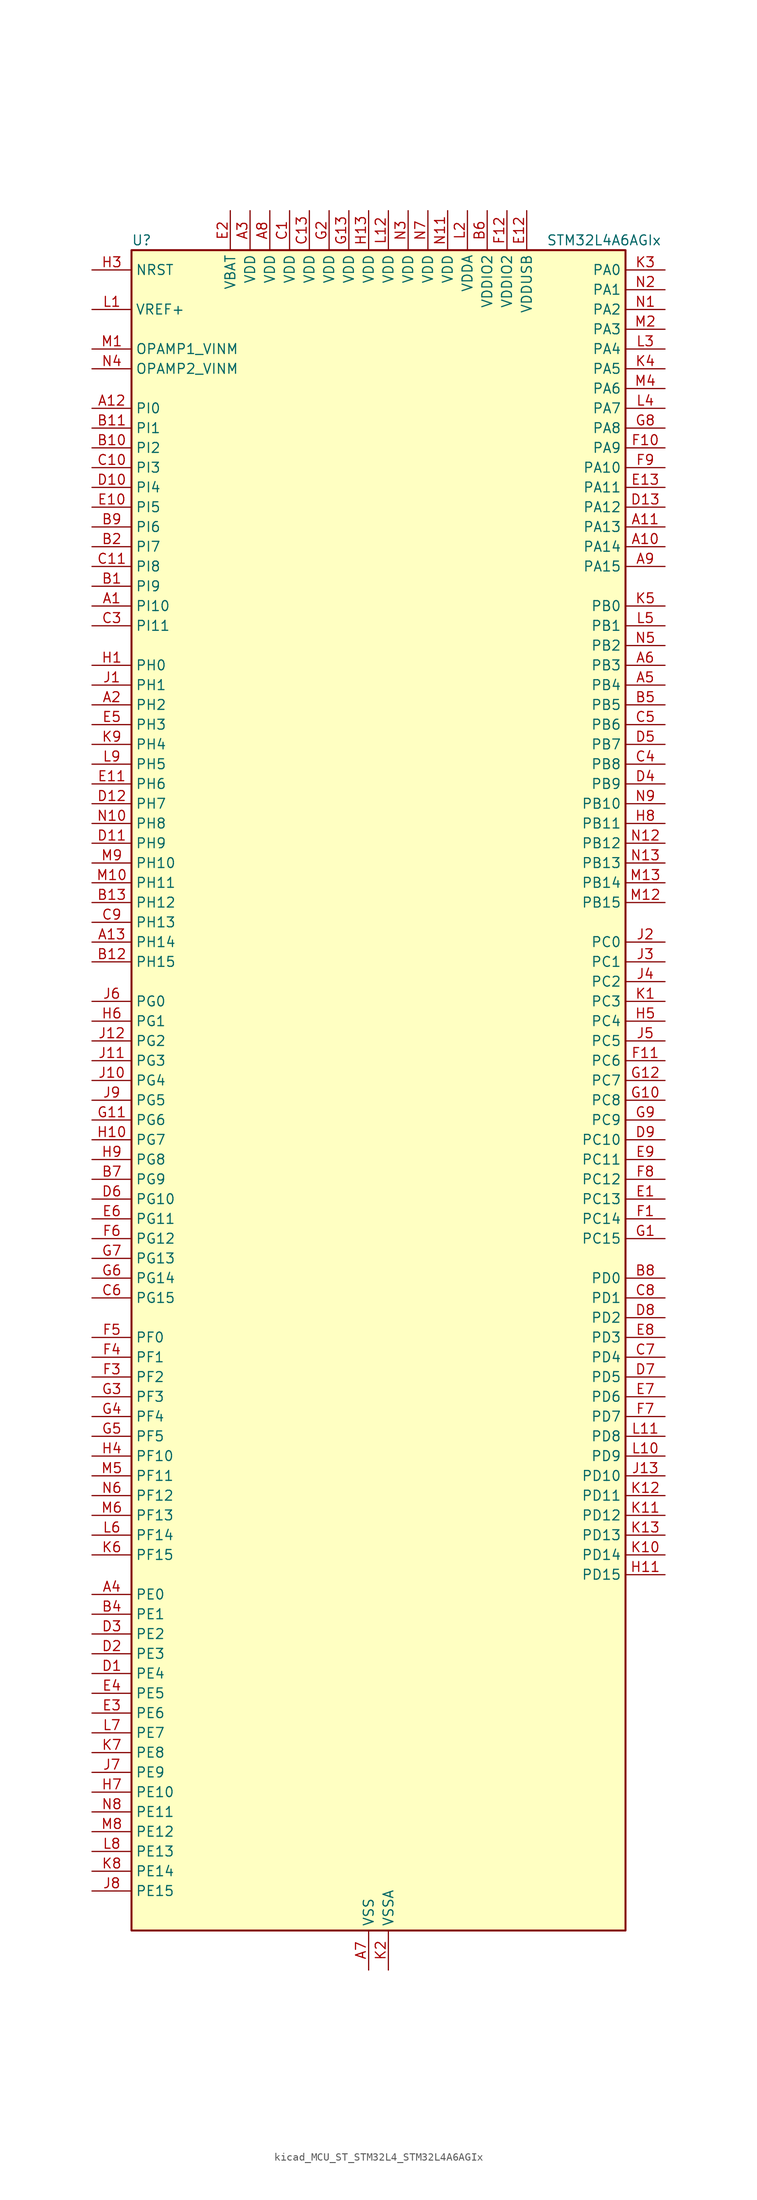
<source format=kicad_sym>
(kicad_symbol_lib
  (version 20220914)
  (generator kicad_symbol_editor)
  (symbol "kicad_MCU_ST_STM32L4_STM32L4A6AGIx"
    (property "Reference" "U"
      (at -30.48 110.49 0)
      (effects (font (size 1.27 1.27)) (justify left)))
    (property "Value" "STM32L4A6AGIx"
      (at 22.86 110.49 0)
      (effects (font (size 1.27 1.27)) (justify left)))
    (property "ki_locked" ""
      (at 0 0 0)
      (effects (font (size 1.27 1.27))))
    (symbol "kicad_MCU_ST_STM32L4_STM32L4A6AGIx_0_1"
      (rectangle (start -30.48 -106.68) (end 33.02 109.22) (stroke (width 0.254) (type default)) (fill (type background))))
    (symbol "kicad_MCU_ST_STM32L4_STM32L4A6AGIx_1_1"
      (pin bidirectional line (at -35.56 63.5 0) (length 5.08) (name "PI10" (effects (font (size 1.27 1.27)))) (number "A1" (effects (font (size 1.27 1.27)))))
      (pin bidirectional line (at 38.1 71.12 180) (length 5.08) (name "PA14" (effects (font (size 1.27 1.27)))) (number "A10" (effects (font (size 1.27 1.27)))) (alternate "I2C1_SMBA" bidirectional line) (alternate "I2C4_SMBA" bidirectional line) (alternate "LPTIM1_OUT" bidirectional line) (alternate "SAI1_FS_B" bidirectional line) (alternate "SWPMI1_RX" bidirectional line) (alternate "SYS_JTCK-SWCLK" bidirectional line) (alternate "USB_OTG_FS_SOF" bidirectional line))
      (pin bidirectional line (at 38.1 73.66 180) (length 5.08) (name "PA13" (effects (font (size 1.27 1.27)))) (number "A11" (effects (font (size 1.27 1.27)))) (alternate "IR_OUT" bidirectional line) (alternate "SAI1_SD_B" bidirectional line) (alternate "SWPMI1_TX" bidirectional line) (alternate "SYS_JTMS-SWDIO" bidirectional line) (alternate "USB_OTG_FS_NOE" bidirectional line))
      (pin bidirectional line (at -35.56 88.9 0) (length 5.08) (name "PI0" (effects (font (size 1.27 1.27)))) (number "A12" (effects (font (size 1.27 1.27)))) (alternate "DCMI_D13" bidirectional line) (alternate "SPI2_NSS" bidirectional line) (alternate "TIM5_CH4" bidirectional line))
      (pin bidirectional line (at -35.56 20.32 0) (length 5.08) (name "PH14" (effects (font (size 1.27 1.27)))) (number "A13" (effects (font (size 1.27 1.27)))) (alternate "DCMI_D4" bidirectional line) (alternate "TIM8_CH2N" bidirectional line))
      (pin bidirectional line (at -35.56 50.8 0) (length 5.08) (name "PH2" (effects (font (size 1.27 1.27)))) (number "A2" (effects (font (size 1.27 1.27)))) (alternate "QUADSPI_BK2_IO0" bidirectional line))
      (pin power_in line (at -15.24 114.3 270) (length 5.08) (name "VDD" (effects (font (size 1.27 1.27)))) (number "A3" (effects (font (size 1.27 1.27)))))
      (pin bidirectional line (at -35.56 -63.5 0) (length 5.08) (name "PE0" (effects (font (size 1.27 1.27)))) (number "A4" (effects (font (size 1.27 1.27)))) (alternate "DCMI_D2" bidirectional line) (alternate "FMC_NBL0" bidirectional line) (alternate "LCD_SEG36" bidirectional line) (alternate "TIM16_CH1" bidirectional line) (alternate "TIM4_ETR" bidirectional line))
      (pin bidirectional line (at 38.1 53.34 180) (length 5.08) (name "PB4" (effects (font (size 1.27 1.27)))) (number "A5" (effects (font (size 1.27 1.27)))) (alternate "COMP2_INP" bidirectional line) (alternate "DCMI_D12" bidirectional line) (alternate "I2C3_SDA" bidirectional line) (alternate "LCD_SEG8" bidirectional line) (alternate "SAI1_MCLK_B" bidirectional line) (alternate "SPI1_MISO" bidirectional line) (alternate "SPI3_MISO" bidirectional line) (alternate "SYS_JTRST" bidirectional line) (alternate "TIM17_BKIN" bidirectional line) (alternate "TIM3_CH1" bidirectional line) (alternate "TSC_G2_IO1" bidirectional line) (alternate "UART5_DE" bidirectional line) (alternate "UART5_RTS" bidirectional line) (alternate "USART1_CTS" bidirectional line))
      (pin bidirectional line (at 38.1 55.88 180) (length 5.08) (name "PB3" (effects (font (size 1.27 1.27)))) (number "A6" (effects (font (size 1.27 1.27)))) (alternate "COMP2_INM" bidirectional line) (alternate "CRS_SYNC" bidirectional line) (alternate "LCD_SEG7" bidirectional line) (alternate "SAI1_SCK_B" bidirectional line) (alternate "SPI1_SCK" bidirectional line) (alternate "SPI3_SCK" bidirectional line) (alternate "SYS_JTDO-SWO" bidirectional line) (alternate "TIM2_CH2" bidirectional line) (alternate "USART1_DE" bidirectional line) (alternate "USART1_RTS" bidirectional line))
      (pin power_in line (at 0 -111.76 90) (length 5.08) (name "VSS" (effects (font (size 1.27 1.27)))) (number "A7" (effects (font (size 1.27 1.27)))))
      (pin power_in line (at -12.7 114.3 270) (length 5.08) (name "VDD" (effects (font (size 1.27 1.27)))) (number "A8" (effects (font (size 1.27 1.27)))))
      (pin bidirectional line (at 38.1 68.58 180) (length 5.08) (name "PA15" (effects (font (size 1.27 1.27)))) (number "A9" (effects (font (size 1.27 1.27)))) (alternate "ADC1_EXTI15" bidirectional line) (alternate "ADC2_EXTI15" bidirectional line) (alternate "ADC3_EXTI15" bidirectional line) (alternate "LCD_SEG17" bidirectional line) (alternate "SAI2_FS_B" bidirectional line) (alternate "SPI1_NSS" bidirectional line) (alternate "SPI3_NSS" bidirectional line) (alternate "SWPMI1_SUSPEND" bidirectional line) (alternate "SYS_JTDI" bidirectional line) (alternate "TIM2_CH1" bidirectional line) (alternate "TIM2_ETR" bidirectional line) (alternate "TSC_G3_IO1" bidirectional line) (alternate "UART4_DE" bidirectional line) (alternate "UART4_RTS" bidirectional line) (alternate "USART2_RX" bidirectional line) (alternate "USART3_DE" bidirectional line) (alternate "USART3_RTS" bidirectional line))
      (pin bidirectional line (at -35.56 66.04 0) (length 5.08) (name "PI9" (effects (font (size 1.27 1.27)))) (number "B1" (effects (font (size 1.27 1.27)))) (alternate "CAN1_RX" bidirectional line) (alternate "DAC1_EXTI9" bidirectional line))
      (pin bidirectional line (at -35.56 83.82 0) (length 5.08) (name "PI2" (effects (font (size 1.27 1.27)))) (number "B10" (effects (font (size 1.27 1.27)))) (alternate "DCMI_D9" bidirectional line) (alternate "SPI2_MISO" bidirectional line) (alternate "TIM8_CH4" bidirectional line))
      (pin bidirectional line (at -35.56 86.36 0) (length 5.08) (name "PI1" (effects (font (size 1.27 1.27)))) (number "B11" (effects (font (size 1.27 1.27)))) (alternate "DCMI_D8" bidirectional line) (alternate "SPI2_SCK" bidirectional line))
      (pin bidirectional line (at -35.56 17.78 0) (length 5.08) (name "PH15" (effects (font (size 1.27 1.27)))) (number "B12" (effects (font (size 1.27 1.27)))) (alternate "ADC1_EXTI15" bidirectional line) (alternate "ADC2_EXTI15" bidirectional line) (alternate "ADC3_EXTI15" bidirectional line) (alternate "DCMI_D11" bidirectional line) (alternate "TIM8_CH3N" bidirectional line))
      (pin bidirectional line (at -35.56 25.4 0) (length 5.08) (name "PH12" (effects (font (size 1.27 1.27)))) (number "B13" (effects (font (size 1.27 1.27)))) (alternate "DCMI_D3" bidirectional line) (alternate "TIM5_CH3" bidirectional line))
      (pin bidirectional line (at -35.56 71.12 0) (length 5.08) (name "PI7" (effects (font (size 1.27 1.27)))) (number "B2" (effects (font (size 1.27 1.27)))) (alternate "DCMI_D7" bidirectional line) (alternate "TIM8_CH3" bidirectional line))
      (pin passive line (at 0 -111.76 90) (length 5.08) hide (name "VSS" (effects (font (size 1.27 1.27)))) (number "B3" (effects (font (size 1.27 1.27)))))
      (pin bidirectional line (at -35.56 -66.04 0) (length 5.08) (name "PE1" (effects (font (size 1.27 1.27)))) (number "B4" (effects (font (size 1.27 1.27)))) (alternate "DCMI_D3" bidirectional line) (alternate "FMC_NBL1" bidirectional line) (alternate "LCD_SEG37" bidirectional line) (alternate "TIM17_CH1" bidirectional line))
      (pin bidirectional line (at 38.1 50.8 180) (length 5.08) (name "PB5" (effects (font (size 1.27 1.27)))) (number "B5" (effects (font (size 1.27 1.27)))) (alternate "CAN2_RX" bidirectional line) (alternate "COMP2_OUT" bidirectional line) (alternate "DCMI_D10" bidirectional line) (alternate "I2C1_SMBA" bidirectional line) (alternate "LCD_SEG9" bidirectional line) (alternate "LPTIM1_IN1" bidirectional line) (alternate "SAI1_SD_B" bidirectional line) (alternate "SPI1_MOSI" bidirectional line) (alternate "SPI3_MOSI" bidirectional line) (alternate "TIM16_BKIN" bidirectional line) (alternate "TIM3_CH2" bidirectional line) (alternate "TSC_G2_IO2" bidirectional line) (alternate "UART5_CTS" bidirectional line) (alternate "USART1_CK" bidirectional line))
      (pin power_in line (at 15.24 114.3 270) (length 5.08) (name "VDDIO2" (effects (font (size 1.27 1.27)))) (number "B6" (effects (font (size 1.27 1.27)))))
      (pin bidirectional line (at -35.56 -10.16 0) (length 5.08) (name "PG9" (effects (font (size 1.27 1.27)))) (number "B7" (effects (font (size 1.27 1.27)))) (alternate "DAC1_EXTI9" bidirectional line) (alternate "FMC_NCE" bidirectional line) (alternate "FMC_NE2" bidirectional line) (alternate "SAI2_SCK_A" bidirectional line) (alternate "SPI3_SCK" bidirectional line) (alternate "TIM15_CH1N" bidirectional line) (alternate "USART1_TX" bidirectional line))
      (pin bidirectional line (at 38.1 -22.86 180) (length 5.08) (name "PD0" (effects (font (size 1.27 1.27)))) (number "B8" (effects (font (size 1.27 1.27)))) (alternate "CAN1_RX" bidirectional line) (alternate "DFSDM1_DATIN7" bidirectional line) (alternate "FMC_D2" bidirectional line) (alternate "FMC_DA2" bidirectional line) (alternate "SPI2_NSS" bidirectional line))
      (pin bidirectional line (at -35.56 73.66 0) (length 5.08) (name "PI6" (effects (font (size 1.27 1.27)))) (number "B9" (effects (font (size 1.27 1.27)))) (alternate "DCMI_D6" bidirectional line) (alternate "TIM8_CH2" bidirectional line))
      (pin power_in line (at -10.16 114.3 270) (length 5.08) (name "VDD" (effects (font (size 1.27 1.27)))) (number "C1" (effects (font (size 1.27 1.27)))))
      (pin bidirectional line (at -35.56 81.28 0) (length 5.08) (name "PI3" (effects (font (size 1.27 1.27)))) (number "C10" (effects (font (size 1.27 1.27)))) (alternate "DCMI_D10" bidirectional line) (alternate "SPI2_MOSI" bidirectional line) (alternate "TIM8_ETR" bidirectional line))
      (pin bidirectional line (at -35.56 68.58 0) (length 5.08) (name "PI8" (effects (font (size 1.27 1.27)))) (number "C11" (effects (font (size 1.27 1.27)))) (alternate "DCMI_D12" bidirectional line))
      (pin passive line (at 0 -111.76 90) (length 5.08) hide (name "VSS" (effects (font (size 1.27 1.27)))) (number "C12" (effects (font (size 1.27 1.27)))))
      (pin power_in line (at -7.62 114.3 270) (length 5.08) (name "VDD" (effects (font (size 1.27 1.27)))) (number "C13" (effects (font (size 1.27 1.27)))))
      (pin passive line (at 0 -111.76 90) (length 5.08) hide (name "VSS" (effects (font (size 1.27 1.27)))) (number "C2" (effects (font (size 1.27 1.27)))))
      (pin bidirectional line (at -35.56 60.96 0) (length 5.08) (name "PI11" (effects (font (size 1.27 1.27)))) (number "C3" (effects (font (size 1.27 1.27)))) (alternate "ADC1_EXTI11" bidirectional line) (alternate "ADC2_EXTI11" bidirectional line) (alternate "ADC3_EXTI11" bidirectional line))
      (pin bidirectional line (at 38.1 43.18 180) (length 5.08) (name "PB8" (effects (font (size 1.27 1.27)))) (number "C4" (effects (font (size 1.27 1.27)))) (alternate "CAN1_RX" bidirectional line) (alternate "DCMI_D6" bidirectional line) (alternate "DFSDM1_DATIN6" bidirectional line) (alternate "I2C1_SCL" bidirectional line) (alternate "LCD_SEG16" bidirectional line) (alternate "SAI1_MCLK_A" bidirectional line) (alternate "SDMMC1_D4" bidirectional line) (alternate "TIM16_CH1" bidirectional line) (alternate "TIM4_CH3" bidirectional line))
      (pin bidirectional line (at 38.1 48.26 180) (length 5.08) (name "PB6" (effects (font (size 1.27 1.27)))) (number "C5" (effects (font (size 1.27 1.27)))) (alternate "CAN2_TX" bidirectional line) (alternate "COMP2_INP" bidirectional line) (alternate "DCMI_D5" bidirectional line) (alternate "DFSDM1_DATIN5" bidirectional line) (alternate "I2C1_SCL" bidirectional line) (alternate "I2C4_SCL" bidirectional line) (alternate "LPTIM1_ETR" bidirectional line) (alternate "SAI1_FS_B" bidirectional line) (alternate "TIM16_CH1N" bidirectional line) (alternate "TIM4_CH1" bidirectional line) (alternate "TIM8_BKIN2" bidirectional line) (alternate "TIM8_BKIN2_COMP2" bidirectional line) (alternate "TSC_G2_IO3" bidirectional line) (alternate "USART1_TX" bidirectional line))
      (pin bidirectional line (at -35.56 -25.4 0) (length 5.08) (name "PG15" (effects (font (size 1.27 1.27)))) (number "C6" (effects (font (size 1.27 1.27)))) (alternate "ADC1_EXTI15" bidirectional line) (alternate "ADC2_EXTI15" bidirectional line) (alternate "ADC3_EXTI15" bidirectional line) (alternate "DCMI_D13" bidirectional line) (alternate "I2C1_SMBA" bidirectional line) (alternate "LPTIM1_OUT" bidirectional line))
      (pin bidirectional line (at 38.1 -33.02 180) (length 5.08) (name "PD4" (effects (font (size 1.27 1.27)))) (number "C7" (effects (font (size 1.27 1.27)))) (alternate "DFSDM1_CKIN0" bidirectional line) (alternate "FMC_NOE" bidirectional line) (alternate "QUADSPI_BK2_IO0" bidirectional line) (alternate "SPI2_MOSI" bidirectional line) (alternate "USART2_DE" bidirectional line) (alternate "USART2_RTS" bidirectional line))
      (pin bidirectional line (at 38.1 -25.4 180) (length 5.08) (name "PD1" (effects (font (size 1.27 1.27)))) (number "C8" (effects (font (size 1.27 1.27)))) (alternate "CAN1_TX" bidirectional line) (alternate "DFSDM1_CKIN7" bidirectional line) (alternate "FMC_D3" bidirectional line) (alternate "FMC_DA3" bidirectional line) (alternate "SPI2_SCK" bidirectional line))
      (pin bidirectional line (at -35.56 22.86 0) (length 5.08) (name "PH13" (effects (font (size 1.27 1.27)))) (number "C9" (effects (font (size 1.27 1.27)))) (alternate "CAN1_TX" bidirectional line) (alternate "TIM8_CH1N" bidirectional line))
      (pin bidirectional line (at -35.56 -73.66 0) (length 5.08) (name "PE4" (effects (font (size 1.27 1.27)))) (number "D1" (effects (font (size 1.27 1.27)))) (alternate "DCMI_D4" bidirectional line) (alternate "DFSDM1_DATIN3" bidirectional line) (alternate "FMC_A20" bidirectional line) (alternate "SAI1_FS_A" bidirectional line) (alternate "SYS_TRACED1" bidirectional line) (alternate "TIM3_CH2" bidirectional line) (alternate "TSC_G7_IO3" bidirectional line))
      (pin bidirectional line (at -35.56 78.74 0) (length 5.08) (name "PI4" (effects (font (size 1.27 1.27)))) (number "D10" (effects (font (size 1.27 1.27)))) (alternate "DCMI_D5" bidirectional line) (alternate "TIM8_BKIN" bidirectional line))
      (pin bidirectional line (at -35.56 33.02 0) (length 5.08) (name "PH9" (effects (font (size 1.27 1.27)))) (number "D11" (effects (font (size 1.27 1.27)))) (alternate "DAC1_EXTI9" bidirectional line) (alternate "DCMI_D0" bidirectional line) (alternate "I2C3_SMBA" bidirectional line))
      (pin bidirectional line (at -35.56 38.1 0) (length 5.08) (name "PH7" (effects (font (size 1.27 1.27)))) (number "D12" (effects (font (size 1.27 1.27)))) (alternate "DCMI_D9" bidirectional line) (alternate "I2C3_SCL" bidirectional line))
      (pin bidirectional line (at 38.1 76.2 180) (length 5.08) (name "PA12" (effects (font (size 1.27 1.27)))) (number "D13" (effects (font (size 1.27 1.27)))) (alternate "CAN1_TX" bidirectional line) (alternate "SPI1_MOSI" bidirectional line) (alternate "TIM1_ETR" bidirectional line) (alternate "USART1_DE" bidirectional line) (alternate "USART1_RTS" bidirectional line) (alternate "USB_OTG_FS_DP" bidirectional line))
      (pin bidirectional line (at -35.56 -71.12 0) (length 5.08) (name "PE3" (effects (font (size 1.27 1.27)))) (number "D2" (effects (font (size 1.27 1.27)))) (alternate "FMC_A19" bidirectional line) (alternate "LCD_SEG39" bidirectional line) (alternate "SAI1_SD_B" bidirectional line) (alternate "SYS_TRACED0" bidirectional line) (alternate "TIM3_CH1" bidirectional line) (alternate "TSC_G7_IO2" bidirectional line))
      (pin bidirectional line (at -35.56 -68.58 0) (length 5.08) (name "PE2" (effects (font (size 1.27 1.27)))) (number "D3" (effects (font (size 1.27 1.27)))) (alternate "FMC_A23" bidirectional line) (alternate "LCD_SEG38" bidirectional line) (alternate "SAI1_MCLK_A" bidirectional line) (alternate "SYS_TRACECLK" bidirectional line) (alternate "TIM3_ETR" bidirectional line) (alternate "TSC_G7_IO1" bidirectional line))
      (pin bidirectional line (at 38.1 40.64 180) (length 5.08) (name "PB9" (effects (font (size 1.27 1.27)))) (number "D4" (effects (font (size 1.27 1.27)))) (alternate "CAN1_TX" bidirectional line) (alternate "DAC1_EXTI9" bidirectional line) (alternate "DCMI_D7" bidirectional line) (alternate "DFSDM1_CKIN6" bidirectional line) (alternate "I2C1_SDA" bidirectional line) (alternate "IR_OUT" bidirectional line) (alternate "LCD_COM3" bidirectional line) (alternate "SAI1_FS_A" bidirectional line) (alternate "SDMMC1_D5" bidirectional line) (alternate "SPI2_NSS" bidirectional line) (alternate "TIM17_CH1" bidirectional line) (alternate "TIM4_CH4" bidirectional line))
      (pin bidirectional line (at 38.1 45.72 180) (length 5.08) (name "PB7" (effects (font (size 1.27 1.27)))) (number "D5" (effects (font (size 1.27 1.27)))) (alternate "COMP2_INM" bidirectional line) (alternate "DCMI_VSYNC" bidirectional line) (alternate "DFSDM1_CKIN5" bidirectional line) (alternate "FMC_NL" bidirectional line) (alternate "I2C1_SDA" bidirectional line) (alternate "I2C4_SDA" bidirectional line) (alternate "LCD_SEG21" bidirectional line) (alternate "LPTIM1_IN2" bidirectional line) (alternate "SYS_PVD_IN" bidirectional line) (alternate "TIM17_CH1N" bidirectional line) (alternate "TIM4_CH2" bidirectional line) (alternate "TIM8_BKIN" bidirectional line) (alternate "TIM8_BKIN_COMP1" bidirectional line) (alternate "TSC_G2_IO4" bidirectional line) (alternate "UART4_CTS" bidirectional line) (alternate "USART1_RX" bidirectional line))
      (pin bidirectional line (at -35.56 -12.7 0) (length 5.08) (name "PG10" (effects (font (size 1.27 1.27)))) (number "D6" (effects (font (size 1.27 1.27)))) (alternate "FMC_NE3" bidirectional line) (alternate "LPTIM1_IN1" bidirectional line) (alternate "SAI2_FS_A" bidirectional line) (alternate "SPI3_MISO" bidirectional line) (alternate "TIM15_CH1" bidirectional line) (alternate "USART1_RX" bidirectional line))
      (pin bidirectional line (at 38.1 -35.56 180) (length 5.08) (name "PD5" (effects (font (size 1.27 1.27)))) (number "D7" (effects (font (size 1.27 1.27)))) (alternate "FMC_NWE" bidirectional line) (alternate "QUADSPI_BK2_IO1" bidirectional line) (alternate "USART2_TX" bidirectional line))
      (pin bidirectional line (at 38.1 -27.94 180) (length 5.08) (name "PD2" (effects (font (size 1.27 1.27)))) (number "D8" (effects (font (size 1.27 1.27)))) (alternate "DCMI_D11" bidirectional line) (alternate "LCD_COM7" bidirectional line) (alternate "LCD_SEG31" bidirectional line) (alternate "LCD_SEG43" bidirectional line) (alternate "SDMMC1_CMD" bidirectional line) (alternate "SYS_TRACED2" bidirectional line) (alternate "TIM3_ETR" bidirectional line) (alternate "TSC_SYNC" bidirectional line) (alternate "UART5_RX" bidirectional line) (alternate "USART3_DE" bidirectional line) (alternate "USART3_RTS" bidirectional line))
      (pin bidirectional line (at 38.1 -5.08 180) (length 5.08) (name "PC10" (effects (font (size 1.27 1.27)))) (number "D9" (effects (font (size 1.27 1.27)))) (alternate "DCMI_D8" bidirectional line) (alternate "LCD_COM4" bidirectional line) (alternate "LCD_SEG28" bidirectional line) (alternate "LCD_SEG40" bidirectional line) (alternate "SAI2_SCK_B" bidirectional line) (alternate "SDMMC1_D2" bidirectional line) (alternate "SPI3_SCK" bidirectional line) (alternate "SYS_TRACED1" bidirectional line) (alternate "TSC_G3_IO2" bidirectional line) (alternate "UART4_TX" bidirectional line) (alternate "USART3_TX" bidirectional line))
      (pin bidirectional line (at 38.1 -12.7 180) (length 5.08) (name "PC13" (effects (font (size 1.27 1.27)))) (number "E1" (effects (font (size 1.27 1.27)))) (alternate "RTC_OUT_ALARM" bidirectional line) (alternate "RTC_OUT_CALIB" bidirectional line) (alternate "RTC_TAMP1" bidirectional line) (alternate "RTC_TS" bidirectional line) (alternate "SYS_WKUP2" bidirectional line))
      (pin bidirectional line (at -35.56 76.2 0) (length 5.08) (name "PI5" (effects (font (size 1.27 1.27)))) (number "E10" (effects (font (size 1.27 1.27)))) (alternate "DCMI_VSYNC" bidirectional line) (alternate "TIM8_CH1" bidirectional line))
      (pin bidirectional line (at -35.56 40.64 0) (length 5.08) (name "PH6" (effects (font (size 1.27 1.27)))) (number "E11" (effects (font (size 1.27 1.27)))) (alternate "DCMI_D8" bidirectional line) (alternate "I2C2_SMBA" bidirectional line))
      (pin power_in line (at 20.32 114.3 270) (length 5.08) (name "VDDUSB" (effects (font (size 1.27 1.27)))) (number "E12" (effects (font (size 1.27 1.27)))))
      (pin bidirectional line (at 38.1 78.74 180) (length 5.08) (name "PA11" (effects (font (size 1.27 1.27)))) (number "E13" (effects (font (size 1.27 1.27)))) (alternate "ADC1_EXTI11" bidirectional line) (alternate "ADC2_EXTI11" bidirectional line) (alternate "ADC3_EXTI11" bidirectional line) (alternate "CAN1_RX" bidirectional line) (alternate "SPI1_MISO" bidirectional line) (alternate "TIM1_BKIN2" bidirectional line) (alternate "TIM1_BKIN2_COMP1" bidirectional line) (alternate "TIM1_CH4" bidirectional line) (alternate "USART1_CTS" bidirectional line) (alternate "USB_OTG_FS_DM" bidirectional line))
      (pin power_in line (at -17.78 114.3 270) (length 5.08) (name "VBAT" (effects (font (size 1.27 1.27)))) (number "E2" (effects (font (size 1.27 1.27)))))
      (pin bidirectional line (at -35.56 -78.74 0) (length 5.08) (name "PE6" (effects (font (size 1.27 1.27)))) (number "E3" (effects (font (size 1.27 1.27)))) (alternate "DCMI_D7" bidirectional line) (alternate "FMC_A22" bidirectional line) (alternate "RTC_TAMP3" bidirectional line) (alternate "SAI1_SD_A" bidirectional line) (alternate "SYS_TRACED3" bidirectional line) (alternate "SYS_WKUP3" bidirectional line) (alternate "TIM3_CH4" bidirectional line))
      (pin bidirectional line (at -35.56 -76.2 0) (length 5.08) (name "PE5" (effects (font (size 1.27 1.27)))) (number "E4" (effects (font (size 1.27 1.27)))) (alternate "DCMI_D6" bidirectional line) (alternate "DFSDM1_CKIN3" bidirectional line) (alternate "FMC_A21" bidirectional line) (alternate "SAI1_SCK_A" bidirectional line) (alternate "SYS_TRACED2" bidirectional line) (alternate "TIM3_CH3" bidirectional line) (alternate "TSC_G7_IO4" bidirectional line))
      (pin bidirectional line (at -35.56 48.26 0) (length 5.08) (name "PH3" (effects (font (size 1.27 1.27)))) (number "E5" (effects (font (size 1.27 1.27)))))
      (pin bidirectional line (at -35.56 -15.24 0) (length 5.08) (name "PG11" (effects (font (size 1.27 1.27)))) (number "E6" (effects (font (size 1.27 1.27)))) (alternate "ADC1_EXTI11" bidirectional line) (alternate "ADC2_EXTI11" bidirectional line) (alternate "ADC3_EXTI11" bidirectional line) (alternate "LPTIM1_IN2" bidirectional line) (alternate "SAI2_MCLK_A" bidirectional line) (alternate "SPI3_MOSI" bidirectional line) (alternate "TIM15_CH2" bidirectional line) (alternate "USART1_CTS" bidirectional line))
      (pin bidirectional line (at 38.1 -38.1 180) (length 5.08) (name "PD6" (effects (font (size 1.27 1.27)))) (number "E7" (effects (font (size 1.27 1.27)))) (alternate "DCMI_D10" bidirectional line) (alternate "DFSDM1_DATIN1" bidirectional line) (alternate "FMC_NWAIT" bidirectional line) (alternate "QUADSPI_BK2_IO1" bidirectional line) (alternate "QUADSPI_BK2_IO2" bidirectional line) (alternate "SAI1_SD_A" bidirectional line) (alternate "USART2_RX" bidirectional line))
      (pin bidirectional line (at 38.1 -30.48 180) (length 5.08) (name "PD3" (effects (font (size 1.27 1.27)))) (number "E8" (effects (font (size 1.27 1.27)))) (alternate "DCMI_D5" bidirectional line) (alternate "DFSDM1_DATIN0" bidirectional line) (alternate "FMC_CLK" bidirectional line) (alternate "QUADSPI_BK2_NCS" bidirectional line) (alternate "SPI2_MISO" bidirectional line) (alternate "SPI2_SCK" bidirectional line) (alternate "USART2_CTS" bidirectional line))
      (pin bidirectional line (at 38.1 -7.62 180) (length 5.08) (name "PC11" (effects (font (size 1.27 1.27)))) (number "E9" (effects (font (size 1.27 1.27)))) (alternate "ADC1_EXTI11" bidirectional line) (alternate "ADC2_EXTI11" bidirectional line) (alternate "ADC3_EXTI11" bidirectional line) (alternate "DCMI_D4" bidirectional line) (alternate "LCD_COM5" bidirectional line) (alternate "LCD_SEG29" bidirectional line) (alternate "LCD_SEG41" bidirectional line) (alternate "QUADSPI_BK2_NCS" bidirectional line) (alternate "SAI2_MCLK_B" bidirectional line) (alternate "SDMMC1_D3" bidirectional line) (alternate "SPI3_MISO" bidirectional line) (alternate "TSC_G3_IO3" bidirectional line) (alternate "UART4_RX" bidirectional line) (alternate "USART3_RX" bidirectional line))
      (pin bidirectional line (at 38.1 -15.24 180) (length 5.08) (name "PC14" (effects (font (size 1.27 1.27)))) (number "F1" (effects (font (size 1.27 1.27)))) (alternate "RCC_OSC32_IN" bidirectional line))
      (pin bidirectional line (at 38.1 83.82 180) (length 5.08) (name "PA9" (effects (font (size 1.27 1.27)))) (number "F10" (effects (font (size 1.27 1.27)))) (alternate "DAC1_EXTI9" bidirectional line) (alternate "DCMI_D0" bidirectional line) (alternate "LCD_COM1" bidirectional line) (alternate "SAI1_FS_A" bidirectional line) (alternate "SPI2_SCK" bidirectional line) (alternate "TIM15_BKIN" bidirectional line) (alternate "TIM1_CH2" bidirectional line) (alternate "USART1_TX" bidirectional line) (alternate "USB_OTG_FS_VBUS" bidirectional line))
      (pin bidirectional line (at 38.1 5.08 180) (length 5.08) (name "PC6" (effects (font (size 1.27 1.27)))) (number "F11" (effects (font (size 1.27 1.27)))) (alternate "DCMI_D0" bidirectional line) (alternate "DFSDM1_CKIN3" bidirectional line) (alternate "LCD_SEG24" bidirectional line) (alternate "SAI2_MCLK_A" bidirectional line) (alternate "SDMMC1_D6" bidirectional line) (alternate "TIM3_CH1" bidirectional line) (alternate "TIM8_CH1" bidirectional line) (alternate "TSC_G4_IO1" bidirectional line))
      (pin power_in line (at 17.78 114.3 270) (length 5.08) (name "VDDIO2" (effects (font (size 1.27 1.27)))) (number "F12" (effects (font (size 1.27 1.27)))))
      (pin passive line (at 0 -111.76 90) (length 5.08) hide (name "VSS" (effects (font (size 1.27 1.27)))) (number "F13" (effects (font (size 1.27 1.27)))))
      (pin passive line (at 0 -111.76 90) (length 5.08) hide (name "VSS" (effects (font (size 1.27 1.27)))) (number "F2" (effects (font (size 1.27 1.27)))))
      (pin bidirectional line (at -35.56 -35.56 0) (length 5.08) (name "PF2" (effects (font (size 1.27 1.27)))) (number "F3" (effects (font (size 1.27 1.27)))) (alternate "FMC_A2" bidirectional line) (alternate "I2C2_SMBA" bidirectional line))
      (pin bidirectional line (at -35.56 -33.02 0) (length 5.08) (name "PF1" (effects (font (size 1.27 1.27)))) (number "F4" (effects (font (size 1.27 1.27)))) (alternate "FMC_A1" bidirectional line) (alternate "I2C2_SCL" bidirectional line))
      (pin bidirectional line (at -35.56 -30.48 0) (length 5.08) (name "PF0" (effects (font (size 1.27 1.27)))) (number "F5" (effects (font (size 1.27 1.27)))) (alternate "FMC_A0" bidirectional line) (alternate "I2C2_SDA" bidirectional line))
      (pin bidirectional line (at -35.56 -17.78 0) (length 5.08) (name "PG12" (effects (font (size 1.27 1.27)))) (number "F6" (effects (font (size 1.27 1.27)))) (alternate "FMC_NE4" bidirectional line) (alternate "LPTIM1_ETR" bidirectional line) (alternate "SAI2_SD_A" bidirectional line) (alternate "SPI3_NSS" bidirectional line) (alternate "USART1_DE" bidirectional line) (alternate "USART1_RTS" bidirectional line))
      (pin bidirectional line (at 38.1 -40.64 180) (length 5.08) (name "PD7" (effects (font (size 1.27 1.27)))) (number "F7" (effects (font (size 1.27 1.27)))) (alternate "DFSDM1_CKIN1" bidirectional line) (alternate "FMC_NE1" bidirectional line) (alternate "QUADSPI_BK2_IO3" bidirectional line) (alternate "USART2_CK" bidirectional line))
      (pin bidirectional line (at 38.1 -10.16 180) (length 5.08) (name "PC12" (effects (font (size 1.27 1.27)))) (number "F8" (effects (font (size 1.27 1.27)))) (alternate "DCMI_D9" bidirectional line) (alternate "LCD_COM6" bidirectional line) (alternate "LCD_SEG30" bidirectional line) (alternate "LCD_SEG42" bidirectional line) (alternate "SAI2_SD_B" bidirectional line) (alternate "SDMMC1_CK" bidirectional line) (alternate "SPI3_MOSI" bidirectional line) (alternate "SYS_TRACED3" bidirectional line) (alternate "TSC_G3_IO4" bidirectional line) (alternate "UART5_TX" bidirectional line) (alternate "USART3_CK" bidirectional line))
      (pin bidirectional line (at 38.1 81.28 180) (length 5.08) (name "PA10" (effects (font (size 1.27 1.27)))) (number "F9" (effects (font (size 1.27 1.27)))) (alternate "DCMI_D1" bidirectional line) (alternate "LCD_COM2" bidirectional line) (alternate "SAI1_SD_A" bidirectional line) (alternate "TIM17_BKIN" bidirectional line) (alternate "TIM1_CH3" bidirectional line) (alternate "USART1_RX" bidirectional line) (alternate "USB_OTG_FS_ID" bidirectional line))
      (pin bidirectional line (at 38.1 -17.78 180) (length 5.08) (name "PC15" (effects (font (size 1.27 1.27)))) (number "G1" (effects (font (size 1.27 1.27)))) (alternate "ADC1_EXTI15" bidirectional line) (alternate "ADC2_EXTI15" bidirectional line) (alternate "ADC3_EXTI15" bidirectional line) (alternate "RCC_OSC32_OUT" bidirectional line))
      (pin bidirectional line (at 38.1 0 180) (length 5.08) (name "PC8" (effects (font (size 1.27 1.27)))) (number "G10" (effects (font (size 1.27 1.27)))) (alternate "DCMI_D2" bidirectional line) (alternate "LCD_SEG26" bidirectional line) (alternate "SDMMC1_D0" bidirectional line) (alternate "TIM3_CH3" bidirectional line) (alternate "TIM8_CH3" bidirectional line) (alternate "TSC_G4_IO3" bidirectional line))
      (pin bidirectional line (at -35.56 -2.54 0) (length 5.08) (name "PG6" (effects (font (size 1.27 1.27)))) (number "G11" (effects (font (size 1.27 1.27)))) (alternate "I2C3_SMBA" bidirectional line) (alternate "LPUART1_DE" bidirectional line) (alternate "LPUART1_RTS" bidirectional line))
      (pin bidirectional line (at 38.1 2.54 180) (length 5.08) (name "PC7" (effects (font (size 1.27 1.27)))) (number "G12" (effects (font (size 1.27 1.27)))) (alternate "DCMI_D1" bidirectional line) (alternate "DFSDM1_DATIN3" bidirectional line) (alternate "LCD_SEG25" bidirectional line) (alternate "SAI2_MCLK_B" bidirectional line) (alternate "SDMMC1_D7" bidirectional line) (alternate "TIM3_CH2" bidirectional line) (alternate "TIM8_CH2" bidirectional line) (alternate "TSC_G4_IO2" bidirectional line))
      (pin power_in line (at -2.54 114.3 270) (length 5.08) (name "VDD" (effects (font (size 1.27 1.27)))) (number "G13" (effects (font (size 1.27 1.27)))))
      (pin power_in line (at -5.08 114.3 270) (length 5.08) (name "VDD" (effects (font (size 1.27 1.27)))) (number "G2" (effects (font (size 1.27 1.27)))))
      (pin bidirectional line (at -35.56 -38.1 0) (length 5.08) (name "PF3" (effects (font (size 1.27 1.27)))) (number "G3" (effects (font (size 1.27 1.27)))) (alternate "ADC3_IN6" bidirectional line) (alternate "FMC_A3" bidirectional line))
      (pin bidirectional line (at -35.56 -40.64 0) (length 5.08) (name "PF4" (effects (font (size 1.27 1.27)))) (number "G4" (effects (font (size 1.27 1.27)))) (alternate "ADC3_IN7" bidirectional line) (alternate "FMC_A4" bidirectional line))
      (pin bidirectional line (at -35.56 -43.18 0) (length 5.08) (name "PF5" (effects (font (size 1.27 1.27)))) (number "G5" (effects (font (size 1.27 1.27)))) (alternate "ADC3_IN8" bidirectional line) (alternate "FMC_A5" bidirectional line))
      (pin bidirectional line (at -35.56 -22.86 0) (length 5.08) (name "PG14" (effects (font (size 1.27 1.27)))) (number "G6" (effects (font (size 1.27 1.27)))) (alternate "FMC_A25" bidirectional line) (alternate "I2C1_SCL" bidirectional line))
      (pin bidirectional line (at -35.56 -20.32 0) (length 5.08) (name "PG13" (effects (font (size 1.27 1.27)))) (number "G7" (effects (font (size 1.27 1.27)))) (alternate "FMC_A24" bidirectional line) (alternate "I2C1_SDA" bidirectional line) (alternate "USART1_CK" bidirectional line))
      (pin bidirectional line (at 38.1 86.36 180) (length 5.08) (name "PA8" (effects (font (size 1.27 1.27)))) (number "G8" (effects (font (size 1.27 1.27)))) (alternate "LCD_COM0" bidirectional line) (alternate "LPTIM2_OUT" bidirectional line) (alternate "RCC_MCO" bidirectional line) (alternate "SAI1_SCK_A" bidirectional line) (alternate "SWPMI1_IO" bidirectional line) (alternate "TIM1_CH1" bidirectional line) (alternate "USART1_CK" bidirectional line) (alternate "USB_OTG_FS_SOF" bidirectional line))
      (pin bidirectional line (at 38.1 -2.54 180) (length 5.08) (name "PC9" (effects (font (size 1.27 1.27)))) (number "G9" (effects (font (size 1.27 1.27)))) (alternate "DAC1_EXTI9" bidirectional line) (alternate "DCMI_D3" bidirectional line) (alternate "I2C3_SDA" bidirectional line) (alternate "LCD_SEG27" bidirectional line) (alternate "SAI2_EXTCLK" bidirectional line) (alternate "SDMMC1_D1" bidirectional line) (alternate "TIM3_CH4" bidirectional line) (alternate "TIM8_BKIN2" bidirectional line) (alternate "TIM8_BKIN2_COMP1" bidirectional line) (alternate "TIM8_CH4" bidirectional line) (alternate "TSC_G4_IO4" bidirectional line) (alternate "USB_OTG_FS_NOE" bidirectional line))
      (pin bidirectional line (at -35.56 55.88 0) (length 5.08) (name "PH0" (effects (font (size 1.27 1.27)))) (number "H1" (effects (font (size 1.27 1.27)))) (alternate "RCC_OSC_IN" bidirectional line))
      (pin bidirectional line (at -35.56 -5.08 0) (length 5.08) (name "PG7" (effects (font (size 1.27 1.27)))) (number "H10" (effects (font (size 1.27 1.27)))) (alternate "FMC_INT" bidirectional line) (alternate "I2C3_SCL" bidirectional line) (alternate "LPUART1_TX" bidirectional line) (alternate "SAI1_MCLK_A" bidirectional line))
      (pin bidirectional line (at 38.1 -60.96 180) (length 5.08) (name "PD15" (effects (font (size 1.27 1.27)))) (number "H11" (effects (font (size 1.27 1.27)))) (alternate "ADC1_EXTI15" bidirectional line) (alternate "ADC2_EXTI15" bidirectional line) (alternate "ADC3_EXTI15" bidirectional line) (alternate "FMC_D1" bidirectional line) (alternate "FMC_DA1" bidirectional line) (alternate "LCD_SEG35" bidirectional line) (alternate "TIM4_CH4" bidirectional line))
      (pin passive line (at 0 -111.76 90) (length 5.08) hide (name "VSS" (effects (font (size 1.27 1.27)))) (number "H12" (effects (font (size 1.27 1.27)))))
      (pin power_in line (at 0 114.3 270) (length 5.08) (name "VDD" (effects (font (size 1.27 1.27)))) (number "H13" (effects (font (size 1.27 1.27)))))
      (pin passive line (at 0 -111.76 90) (length 5.08) hide (name "VSS" (effects (font (size 1.27 1.27)))) (number "H2" (effects (font (size 1.27 1.27)))))
      (pin input line (at -35.56 106.68 0) (length 5.08) (name "NRST" (effects (font (size 1.27 1.27)))) (number "H3" (effects (font (size 1.27 1.27)))))
      (pin bidirectional line (at -35.56 -45.72 0) (length 5.08) (name "PF10" (effects (font (size 1.27 1.27)))) (number "H4" (effects (font (size 1.27 1.27)))) (alternate "ADC3_IN13" bidirectional line) (alternate "DCMI_D11" bidirectional line) (alternate "QUADSPI_CLK" bidirectional line) (alternate "TIM15_CH2" bidirectional line))
      (pin bidirectional line (at 38.1 10.16 180) (length 5.08) (name "PC4" (effects (font (size 1.27 1.27)))) (number "H5" (effects (font (size 1.27 1.27)))) (alternate "ADC1_IN13" bidirectional line) (alternate "ADC2_IN13" bidirectional line) (alternate "COMP1_INM" bidirectional line) (alternate "LCD_SEG22" bidirectional line) (alternate "QUADSPI_BK2_IO3" bidirectional line) (alternate "USART3_TX" bidirectional line))
      (pin bidirectional line (at -35.56 10.16 0) (length 5.08) (name "PG1" (effects (font (size 1.27 1.27)))) (number "H6" (effects (font (size 1.27 1.27)))) (alternate "FMC_A11" bidirectional line) (alternate "TSC_G8_IO4" bidirectional line))
      (pin bidirectional line (at -35.56 -88.9 0) (length 5.08) (name "PE10" (effects (font (size 1.27 1.27)))) (number "H7" (effects (font (size 1.27 1.27)))) (alternate "DFSDM1_DATIN4" bidirectional line) (alternate "FMC_D7" bidirectional line) (alternate "FMC_DA7" bidirectional line) (alternate "QUADSPI_CLK" bidirectional line) (alternate "SAI1_MCLK_B" bidirectional line) (alternate "TIM1_CH2N" bidirectional line) (alternate "TSC_G5_IO1" bidirectional line))
      (pin bidirectional line (at 38.1 35.56 180) (length 5.08) (name "PB11" (effects (font (size 1.27 1.27)))) (number "H8" (effects (font (size 1.27 1.27)))) (alternate "ADC1_EXTI11" bidirectional line) (alternate "ADC2_EXTI11" bidirectional line) (alternate "ADC3_EXTI11" bidirectional line) (alternate "COMP2_OUT" bidirectional line) (alternate "DFSDM1_CKIN7" bidirectional line) (alternate "I2C2_SDA" bidirectional line) (alternate "I2C4_SDA" bidirectional line) (alternate "LCD_SEG11" bidirectional line) (alternate "LPUART1_TX" bidirectional line) (alternate "QUADSPI_BK1_NCS" bidirectional line) (alternate "TIM2_CH4" bidirectional line) (alternate "USART3_RX" bidirectional line))
      (pin bidirectional line (at -35.56 -7.62 0) (length 5.08) (name "PG8" (effects (font (size 1.27 1.27)))) (number "H9" (effects (font (size 1.27 1.27)))) (alternate "I2C3_SDA" bidirectional line) (alternate "LPUART1_RX" bidirectional line))
      (pin bidirectional line (at -35.56 53.34 0) (length 5.08) (name "PH1" (effects (font (size 1.27 1.27)))) (number "J1" (effects (font (size 1.27 1.27)))) (alternate "RCC_OSC_OUT" bidirectional line))
      (pin bidirectional line (at -35.56 2.54 0) (length 5.08) (name "PG4" (effects (font (size 1.27 1.27)))) (number "J10" (effects (font (size 1.27 1.27)))) (alternate "FMC_A14" bidirectional line) (alternate "SAI2_MCLK_B" bidirectional line) (alternate "SPI1_MOSI" bidirectional line))
      (pin bidirectional line (at -35.56 5.08 0) (length 5.08) (name "PG3" (effects (font (size 1.27 1.27)))) (number "J11" (effects (font (size 1.27 1.27)))) (alternate "FMC_A13" bidirectional line) (alternate "SAI2_FS_B" bidirectional line) (alternate "SPI1_MISO" bidirectional line))
      (pin bidirectional line (at -35.56 7.62 0) (length 5.08) (name "PG2" (effects (font (size 1.27 1.27)))) (number "J12" (effects (font (size 1.27 1.27)))) (alternate "FMC_A12" bidirectional line) (alternate "SAI2_SCK_B" bidirectional line) (alternate "SPI1_SCK" bidirectional line))
      (pin bidirectional line (at 38.1 -48.26 180) (length 5.08) (name "PD10" (effects (font (size 1.27 1.27)))) (number "J13" (effects (font (size 1.27 1.27)))) (alternate "FMC_D15" bidirectional line) (alternate "FMC_DA15" bidirectional line) (alternate "LCD_SEG30" bidirectional line) (alternate "SAI2_SCK_A" bidirectional line) (alternate "TSC_G6_IO1" bidirectional line) (alternate "USART3_CK" bidirectional line))
      (pin bidirectional line (at 38.1 20.32 180) (length 5.08) (name "PC0" (effects (font (size 1.27 1.27)))) (number "J2" (effects (font (size 1.27 1.27)))) (alternate "ADC1_IN1" bidirectional line) (alternate "ADC2_IN1" bidirectional line) (alternate "ADC3_IN1" bidirectional line) (alternate "DFSDM1_DATIN4" bidirectional line) (alternate "I2C3_SCL" bidirectional line) (alternate "I2C4_SCL" bidirectional line) (alternate "LCD_SEG18" bidirectional line) (alternate "LPTIM1_IN1" bidirectional line) (alternate "LPTIM2_IN1" bidirectional line) (alternate "LPUART1_RX" bidirectional line))
      (pin bidirectional line (at 38.1 17.78 180) (length 5.08) (name "PC1" (effects (font (size 1.27 1.27)))) (number "J3" (effects (font (size 1.27 1.27)))) (alternate "ADC1_IN2" bidirectional line) (alternate "ADC2_IN2" bidirectional line) (alternate "ADC3_IN2" bidirectional line) (alternate "DFSDM1_CKIN4" bidirectional line) (alternate "I2C3_SDA" bidirectional line) (alternate "I2C4_SDA" bidirectional line) (alternate "LCD_SEG19" bidirectional line) (alternate "LPTIM1_OUT" bidirectional line) (alternate "LPUART1_TX" bidirectional line) (alternate "QUADSPI_BK2_IO0" bidirectional line) (alternate "SAI1_SD_A" bidirectional line) (alternate "SPI2_MOSI" bidirectional line) (alternate "SYS_TRACED0" bidirectional line))
      (pin bidirectional line (at 38.1 15.24 180) (length 5.08) (name "PC2" (effects (font (size 1.27 1.27)))) (number "J4" (effects (font (size 1.27 1.27)))) (alternate "ADC1_IN3" bidirectional line) (alternate "ADC2_IN3" bidirectional line) (alternate "ADC3_IN3" bidirectional line) (alternate "DFSDM1_CKOUT" bidirectional line) (alternate "LCD_SEG20" bidirectional line) (alternate "LPTIM1_IN2" bidirectional line) (alternate "QUADSPI_BK2_IO1" bidirectional line) (alternate "SPI2_MISO" bidirectional line))
      (pin bidirectional line (at 38.1 7.62 180) (length 5.08) (name "PC5" (effects (font (size 1.27 1.27)))) (number "J5" (effects (font (size 1.27 1.27)))) (alternate "ADC1_IN14" bidirectional line) (alternate "ADC2_IN14" bidirectional line) (alternate "COMP1_INP" bidirectional line) (alternate "LCD_SEG23" bidirectional line) (alternate "SYS_WKUP5" bidirectional line) (alternate "USART3_RX" bidirectional line))
      (pin bidirectional line (at -35.56 12.7 0) (length 5.08) (name "PG0" (effects (font (size 1.27 1.27)))) (number "J6" (effects (font (size 1.27 1.27)))) (alternate "FMC_A10" bidirectional line) (alternate "TSC_G8_IO3" bidirectional line))
      (pin bidirectional line (at -35.56 -86.36 0) (length 5.08) (name "PE9" (effects (font (size 1.27 1.27)))) (number "J7" (effects (font (size 1.27 1.27)))) (alternate "DAC1_EXTI9" bidirectional line) (alternate "DFSDM1_CKOUT" bidirectional line) (alternate "FMC_D6" bidirectional line) (alternate "FMC_DA6" bidirectional line) (alternate "SAI1_FS_B" bidirectional line) (alternate "TIM1_CH1" bidirectional line))
      (pin bidirectional line (at -35.56 -101.6 0) (length 5.08) (name "PE15" (effects (font (size 1.27 1.27)))) (number "J8" (effects (font (size 1.27 1.27)))) (alternate "ADC1_EXTI15" bidirectional line) (alternate "ADC2_EXTI15" bidirectional line) (alternate "ADC3_EXTI15" bidirectional line) (alternate "FMC_D12" bidirectional line) (alternate "FMC_DA12" bidirectional line) (alternate "QUADSPI_BK1_IO3" bidirectional line) (alternate "SPI1_MOSI" bidirectional line) (alternate "TIM1_BKIN" bidirectional line) (alternate "TIM1_BKIN_COMP1" bidirectional line))
      (pin bidirectional line (at -35.56 0 0) (length 5.08) (name "PG5" (effects (font (size 1.27 1.27)))) (number "J9" (effects (font (size 1.27 1.27)))) (alternate "FMC_A15" bidirectional line) (alternate "LPUART1_CTS" bidirectional line) (alternate "SAI2_SD_B" bidirectional line) (alternate "SPI1_NSS" bidirectional line))
      (pin bidirectional line (at 38.1 12.7 180) (length 5.08) (name "PC3" (effects (font (size 1.27 1.27)))) (number "K1" (effects (font (size 1.27 1.27)))) (alternate "ADC1_IN4" bidirectional line) (alternate "ADC2_IN4" bidirectional line) (alternate "ADC3_IN4" bidirectional line) (alternate "LCD_VLCD" bidirectional line) (alternate "LPTIM1_ETR" bidirectional line) (alternate "LPTIM2_ETR" bidirectional line) (alternate "QUADSPI_BK2_IO2" bidirectional line) (alternate "SAI1_SD_A" bidirectional line) (alternate "SPI2_MOSI" bidirectional line))
      (pin bidirectional line (at 38.1 -58.42 180) (length 5.08) (name "PD14" (effects (font (size 1.27 1.27)))) (number "K10" (effects (font (size 1.27 1.27)))) (alternate "FMC_D0" bidirectional line) (alternate "FMC_DA0" bidirectional line) (alternate "LCD_SEG34" bidirectional line) (alternate "TIM4_CH3" bidirectional line))
      (pin bidirectional line (at 38.1 -53.34 180) (length 5.08) (name "PD12" (effects (font (size 1.27 1.27)))) (number "K11" (effects (font (size 1.27 1.27)))) (alternate "FMC_A17" bidirectional line) (alternate "FMC_ALE" bidirectional line) (alternate "I2C4_SCL" bidirectional line) (alternate "LCD_SEG32" bidirectional line) (alternate "LPTIM2_IN1" bidirectional line) (alternate "SAI2_FS_A" bidirectional line) (alternate "TIM4_CH1" bidirectional line) (alternate "TSC_G6_IO3" bidirectional line) (alternate "USART3_DE" bidirectional line) (alternate "USART3_RTS" bidirectional line))
      (pin bidirectional line (at 38.1 -50.8 180) (length 5.08) (name "PD11" (effects (font (size 1.27 1.27)))) (number "K12" (effects (font (size 1.27 1.27)))) (alternate "ADC1_EXTI11" bidirectional line) (alternate "ADC2_EXTI11" bidirectional line) (alternate "ADC3_EXTI11" bidirectional line) (alternate "FMC_A16" bidirectional line) (alternate "FMC_CLE" bidirectional line) (alternate "I2C4_SMBA" bidirectional line) (alternate "LCD_SEG31" bidirectional line) (alternate "LPTIM2_ETR" bidirectional line) (alternate "SAI2_SD_A" bidirectional line) (alternate "TSC_G6_IO2" bidirectional line) (alternate "USART3_CTS" bidirectional line))
      (pin bidirectional line (at 38.1 -55.88 180) (length 5.08) (name "PD13" (effects (font (size 1.27 1.27)))) (number "K13" (effects (font (size 1.27 1.27)))) (alternate "FMC_A18" bidirectional line) (alternate "I2C4_SDA" bidirectional line) (alternate "LCD_SEG33" bidirectional line) (alternate "LPTIM2_OUT" bidirectional line) (alternate "TIM4_CH2" bidirectional line) (alternate "TSC_G6_IO4" bidirectional line))
      (pin power_in line (at 2.54 -111.76 90) (length 5.08) (name "VSSA" (effects (font (size 1.27 1.27)))) (number "K2" (effects (font (size 1.27 1.27)))))
      (pin bidirectional line (at 38.1 106.68 180) (length 5.08) (name "PA0" (effects (font (size 1.27 1.27)))) (number "K3" (effects (font (size 1.27 1.27)))) (alternate "ADC1_IN5" bidirectional line) (alternate "ADC2_IN5" bidirectional line) (alternate "OPAMP1_VINP" bidirectional line) (alternate "RTC_TAMP2" bidirectional line) (alternate "SAI1_EXTCLK" bidirectional line) (alternate "SYS_WKUP1" bidirectional line) (alternate "TIM2_CH1" bidirectional line) (alternate "TIM2_ETR" bidirectional line) (alternate "TIM5_CH1" bidirectional line) (alternate "TIM8_ETR" bidirectional line) (alternate "UART4_TX" bidirectional line) (alternate "USART2_CTS" bidirectional line))
      (pin bidirectional line (at 38.1 93.98 180) (length 5.08) (name "PA5" (effects (font (size 1.27 1.27)))) (number "K4" (effects (font (size 1.27 1.27)))) (alternate "ADC1_IN10" bidirectional line) (alternate "ADC2_IN10" bidirectional line) (alternate "DAC1_OUT2" bidirectional line) (alternate "LPTIM2_ETR" bidirectional line) (alternate "SPI1_SCK" bidirectional line) (alternate "TIM2_CH1" bidirectional line) (alternate "TIM2_ETR" bidirectional line) (alternate "TIM8_CH1N" bidirectional line))
      (pin bidirectional line (at 38.1 63.5 180) (length 5.08) (name "PB0" (effects (font (size 1.27 1.27)))) (number "K5" (effects (font (size 1.27 1.27)))) (alternate "ADC1_IN15" bidirectional line) (alternate "ADC2_IN15" bidirectional line) (alternate "COMP1_OUT" bidirectional line) (alternate "LCD_SEG5" bidirectional line) (alternate "OPAMP2_VOUT" bidirectional line) (alternate "QUADSPI_BK1_IO1" bidirectional line) (alternate "SAI1_EXTCLK" bidirectional line) (alternate "SPI1_NSS" bidirectional line) (alternate "TIM1_CH2N" bidirectional line) (alternate "TIM3_CH3" bidirectional line) (alternate "TIM8_CH2N" bidirectional line) (alternate "USART3_CK" bidirectional line))
      (pin bidirectional line (at -35.56 -58.42 0) (length 5.08) (name "PF15" (effects (font (size 1.27 1.27)))) (number "K6" (effects (font (size 1.27 1.27)))) (alternate "ADC1_EXTI15" bidirectional line) (alternate "ADC2_EXTI15" bidirectional line) (alternate "ADC3_EXTI15" bidirectional line) (alternate "FMC_A9" bidirectional line) (alternate "I2C4_SDA" bidirectional line) (alternate "TSC_G8_IO2" bidirectional line))
      (pin bidirectional line (at -35.56 -83.82 0) (length 5.08) (name "PE8" (effects (font (size 1.27 1.27)))) (number "K7" (effects (font (size 1.27 1.27)))) (alternate "DFSDM1_CKIN2" bidirectional line) (alternate "FMC_D5" bidirectional line) (alternate "FMC_DA5" bidirectional line) (alternate "SAI1_SCK_B" bidirectional line) (alternate "TIM1_CH1N" bidirectional line))
      (pin bidirectional line (at -35.56 -99.06 0) (length 5.08) (name "PE14" (effects (font (size 1.27 1.27)))) (number "K8" (effects (font (size 1.27 1.27)))) (alternate "FMC_D11" bidirectional line) (alternate "FMC_DA11" bidirectional line) (alternate "QUADSPI_BK1_IO2" bidirectional line) (alternate "SPI1_MISO" bidirectional line) (alternate "TIM1_BKIN2" bidirectional line) (alternate "TIM1_BKIN2_COMP2" bidirectional line) (alternate "TIM1_CH4" bidirectional line))
      (pin bidirectional line (at -35.56 45.72 0) (length 5.08) (name "PH4" (effects (font (size 1.27 1.27)))) (number "K9" (effects (font (size 1.27 1.27)))) (alternate "I2C2_SCL" bidirectional line))
      (pin input line (at -35.56 101.6 0) (length 5.08) (name "VREF+" (effects (font (size 1.27 1.27)))) (number "L1" (effects (font (size 1.27 1.27)))) (alternate "VREFBUF_OUT" bidirectional line))
      (pin bidirectional line (at 38.1 -45.72 180) (length 5.08) (name "PD9" (effects (font (size 1.27 1.27)))) (number "L10" (effects (font (size 1.27 1.27)))) (alternate "DAC1_EXTI9" bidirectional line) (alternate "DCMI_PIXCLK" bidirectional line) (alternate "FMC_D14" bidirectional line) (alternate "FMC_DA14" bidirectional line) (alternate "LCD_SEG29" bidirectional line) (alternate "SAI2_MCLK_A" bidirectional line) (alternate "USART3_RX" bidirectional line))
      (pin bidirectional line (at 38.1 -43.18 180) (length 5.08) (name "PD8" (effects (font (size 1.27 1.27)))) (number "L11" (effects (font (size 1.27 1.27)))) (alternate "DCMI_HSYNC" bidirectional line) (alternate "FMC_D13" bidirectional line) (alternate "FMC_DA13" bidirectional line) (alternate "LCD_SEG28" bidirectional line) (alternate "USART3_TX" bidirectional line))
      (pin power_in line (at 2.54 114.3 270) (length 5.08) (name "VDD" (effects (font (size 1.27 1.27)))) (number "L12" (effects (font (size 1.27 1.27)))))
      (pin passive line (at 0 -111.76 90) (length 5.08) hide (name "VSS" (effects (font (size 1.27 1.27)))) (number "L13" (effects (font (size 1.27 1.27)))))
      (pin power_in line (at 12.7 114.3 270) (length 5.08) (name "VDDA" (effects (font (size 1.27 1.27)))) (number "L2" (effects (font (size 1.27 1.27)))))
      (pin bidirectional line (at 38.1 96.52 180) (length 5.08) (name "PA4" (effects (font (size 1.27 1.27)))) (number "L3" (effects (font (size 1.27 1.27)))) (alternate "ADC1_IN9" bidirectional line) (alternate "ADC2_IN9" bidirectional line) (alternate "DAC1_OUT1" bidirectional line) (alternate "DCMI_HSYNC" bidirectional line) (alternate "LPTIM2_OUT" bidirectional line) (alternate "SAI1_FS_B" bidirectional line) (alternate "SPI1_NSS" bidirectional line) (alternate "SPI3_NSS" bidirectional line) (alternate "USART2_CK" bidirectional line))
      (pin bidirectional line (at 38.1 88.9 180) (length 5.08) (name "PA7" (effects (font (size 1.27 1.27)))) (number "L4" (effects (font (size 1.27 1.27)))) (alternate "ADC1_IN12" bidirectional line) (alternate "ADC2_IN12" bidirectional line) (alternate "I2C3_SCL" bidirectional line) (alternate "LCD_SEG4" bidirectional line) (alternate "QUADSPI_BK1_IO2" bidirectional line) (alternate "SPI1_MOSI" bidirectional line) (alternate "TIM17_CH1" bidirectional line) (alternate "TIM1_CH1N" bidirectional line) (alternate "TIM3_CH2" bidirectional line) (alternate "TIM8_CH1N" bidirectional line))
      (pin bidirectional line (at 38.1 60.96 180) (length 5.08) (name "PB1" (effects (font (size 1.27 1.27)))) (number "L5" (effects (font (size 1.27 1.27)))) (alternate "ADC1_IN16" bidirectional line) (alternate "ADC2_IN16" bidirectional line) (alternate "COMP1_INM" bidirectional line) (alternate "DFSDM1_DATIN0" bidirectional line) (alternate "LCD_SEG6" bidirectional line) (alternate "LPTIM2_IN1" bidirectional line) (alternate "LPUART1_DE" bidirectional line) (alternate "LPUART1_RTS" bidirectional line) (alternate "QUADSPI_BK1_IO0" bidirectional line) (alternate "TIM1_CH3N" bidirectional line) (alternate "TIM3_CH4" bidirectional line) (alternate "TIM8_CH3N" bidirectional line) (alternate "USART3_DE" bidirectional line) (alternate "USART3_RTS" bidirectional line))
      (pin bidirectional line (at -35.56 -55.88 0) (length 5.08) (name "PF14" (effects (font (size 1.27 1.27)))) (number "L6" (effects (font (size 1.27 1.27)))) (alternate "DFSDM1_CKIN6" bidirectional line) (alternate "FMC_A8" bidirectional line) (alternate "I2C4_SCL" bidirectional line) (alternate "TSC_G8_IO1" bidirectional line))
      (pin bidirectional line (at -35.56 -81.28 0) (length 5.08) (name "PE7" (effects (font (size 1.27 1.27)))) (number "L7" (effects (font (size 1.27 1.27)))) (alternate "DFSDM1_DATIN2" bidirectional line) (alternate "FMC_D4" bidirectional line) (alternate "FMC_DA4" bidirectional line) (alternate "SAI1_SD_B" bidirectional line) (alternate "TIM1_ETR" bidirectional line))
      (pin bidirectional line (at -35.56 -96.52 0) (length 5.08) (name "PE13" (effects (font (size 1.27 1.27)))) (number "L8" (effects (font (size 1.27 1.27)))) (alternate "DFSDM1_CKIN5" bidirectional line) (alternate "FMC_D10" bidirectional line) (alternate "FMC_DA10" bidirectional line) (alternate "QUADSPI_BK1_IO1" bidirectional line) (alternate "SPI1_SCK" bidirectional line) (alternate "TIM1_CH3" bidirectional line) (alternate "TSC_G5_IO4" bidirectional line))
      (pin bidirectional line (at -35.56 43.18 0) (length 5.08) (name "PH5" (effects (font (size 1.27 1.27)))) (number "L9" (effects (font (size 1.27 1.27)))) (alternate "DCMI_PIXCLK" bidirectional line) (alternate "I2C2_SDA" bidirectional line))
      (pin bidirectional line (at -35.56 96.52 0) (length 5.08) (name "OPAMP1_VINM" (effects (font (size 1.27 1.27)))) (number "M1" (effects (font (size 1.27 1.27)))) (alternate "OPAMP1_VINM" bidirectional line))
      (pin bidirectional line (at -35.56 27.94 0) (length 5.08) (name "PH11" (effects (font (size 1.27 1.27)))) (number "M10" (effects (font (size 1.27 1.27)))) (alternate "ADC1_EXTI11" bidirectional line) (alternate "ADC2_EXTI11" bidirectional line) (alternate "ADC3_EXTI11" bidirectional line) (alternate "DCMI_D2" bidirectional line) (alternate "TIM5_CH2" bidirectional line))
      (pin passive line (at 0 -111.76 90) (length 5.08) hide (name "VSS" (effects (font (size 1.27 1.27)))) (number "M11" (effects (font (size 1.27 1.27)))))
      (pin bidirectional line (at 38.1 25.4 180) (length 5.08) (name "PB15" (effects (font (size 1.27 1.27)))) (number "M12" (effects (font (size 1.27 1.27)))) (alternate "ADC1_EXTI15" bidirectional line) (alternate "ADC2_EXTI15" bidirectional line) (alternate "ADC3_EXTI15" bidirectional line) (alternate "DFSDM1_CKIN2" bidirectional line) (alternate "LCD_SEG15" bidirectional line) (alternate "RTC_REFIN" bidirectional line) (alternate "SAI2_SD_A" bidirectional line) (alternate "SPI2_MOSI" bidirectional line) (alternate "SWPMI1_SUSPEND" bidirectional line) (alternate "TIM15_CH2" bidirectional line) (alternate "TIM1_CH3N" bidirectional line) (alternate "TIM8_CH3N" bidirectional line) (alternate "TSC_G1_IO4" bidirectional line))
      (pin bidirectional line (at 38.1 27.94 180) (length 5.08) (name "PB14" (effects (font (size 1.27 1.27)))) (number "M13" (effects (font (size 1.27 1.27)))) (alternate "DFSDM1_DATIN2" bidirectional line) (alternate "I2C2_SDA" bidirectional line) (alternate "LCD_SEG14" bidirectional line) (alternate "SAI2_MCLK_A" bidirectional line) (alternate "SPI2_MISO" bidirectional line) (alternate "SWPMI1_RX" bidirectional line) (alternate "TIM15_CH1" bidirectional line) (alternate "TIM1_CH2N" bidirectional line) (alternate "TIM8_CH2N" bidirectional line) (alternate "TSC_G1_IO3" bidirectional line) (alternate "USART3_DE" bidirectional line) (alternate "USART3_RTS" bidirectional line))
      (pin bidirectional line (at 38.1 99.06 180) (length 5.08) (name "PA3" (effects (font (size 1.27 1.27)))) (number "M2" (effects (font (size 1.27 1.27)))) (alternate "ADC1_IN8" bidirectional line) (alternate "ADC2_IN8" bidirectional line) (alternate "LCD_SEG2" bidirectional line) (alternate "LPUART1_RX" bidirectional line) (alternate "OPAMP1_VOUT" bidirectional line) (alternate "QUADSPI_CLK" bidirectional line) (alternate "SAI1_MCLK_A" bidirectional line) (alternate "TIM15_CH2" bidirectional line) (alternate "TIM2_CH4" bidirectional line) (alternate "TIM5_CH4" bidirectional line) (alternate "USART2_RX" bidirectional line))
      (pin passive line (at 0 -111.76 90) (length 5.08) hide (name "VSS" (effects (font (size 1.27 1.27)))) (number "M3" (effects (font (size 1.27 1.27)))))
      (pin bidirectional line (at 38.1 91.44 180) (length 5.08) (name "PA6" (effects (font (size 1.27 1.27)))) (number "M4" (effects (font (size 1.27 1.27)))) (alternate "ADC1_IN11" bidirectional line) (alternate "ADC2_IN11" bidirectional line) (alternate "DCMI_PIXCLK" bidirectional line) (alternate "LCD_SEG3" bidirectional line) (alternate "LPUART1_CTS" bidirectional line) (alternate "OPAMP2_VINP" bidirectional line) (alternate "QUADSPI_BK1_IO3" bidirectional line) (alternate "SPI1_MISO" bidirectional line) (alternate "TIM16_CH1" bidirectional line) (alternate "TIM1_BKIN" bidirectional line) (alternate "TIM1_BKIN_COMP2" bidirectional line) (alternate "TIM3_CH1" bidirectional line) (alternate "TIM8_BKIN" bidirectional line) (alternate "TIM8_BKIN_COMP2" bidirectional line) (alternate "USART3_CTS" bidirectional line))
      (pin bidirectional line (at -35.56 -48.26 0) (length 5.08) (name "PF11" (effects (font (size 1.27 1.27)))) (number "M5" (effects (font (size 1.27 1.27)))) (alternate "ADC1_EXTI11" bidirectional line) (alternate "ADC2_EXTI11" bidirectional line) (alternate "ADC3_EXTI11" bidirectional line) (alternate "DCMI_D12" bidirectional line))
      (pin bidirectional line (at -35.56 -53.34 0) (length 5.08) (name "PF13" (effects (font (size 1.27 1.27)))) (number "M6" (effects (font (size 1.27 1.27)))) (alternate "DFSDM1_DATIN6" bidirectional line) (alternate "FMC_A7" bidirectional line) (alternate "I2C4_SMBA" bidirectional line))
      (pin passive line (at 0 -111.76 90) (length 5.08) hide (name "VSS" (effects (font (size 1.27 1.27)))) (number "M7" (effects (font (size 1.27 1.27)))))
      (pin bidirectional line (at -35.56 -93.98 0) (length 5.08) (name "PE12" (effects (font (size 1.27 1.27)))) (number "M8" (effects (font (size 1.27 1.27)))) (alternate "DFSDM1_DATIN5" bidirectional line) (alternate "FMC_D9" bidirectional line) (alternate "FMC_DA9" bidirectional line) (alternate "QUADSPI_BK1_IO0" bidirectional line) (alternate "SPI1_NSS" bidirectional line) (alternate "TIM1_CH3N" bidirectional line) (alternate "TSC_G5_IO3" bidirectional line))
      (pin bidirectional line (at -35.56 30.48 0) (length 5.08) (name "PH10" (effects (font (size 1.27 1.27)))) (number "M9" (effects (font (size 1.27 1.27)))) (alternate "DCMI_D1" bidirectional line) (alternate "TIM5_CH1" bidirectional line))
      (pin bidirectional line (at 38.1 101.6 180) (length 5.08) (name "PA2" (effects (font (size 1.27 1.27)))) (number "N1" (effects (font (size 1.27 1.27)))) (alternate "ADC1_IN7" bidirectional line) (alternate "ADC2_IN7" bidirectional line) (alternate "LCD_SEG1" bidirectional line) (alternate "LPUART1_TX" bidirectional line) (alternate "QUADSPI_BK1_NCS" bidirectional line) (alternate "RCC_LSCO" bidirectional line) (alternate "SAI2_EXTCLK" bidirectional line) (alternate "SYS_WKUP4" bidirectional line) (alternate "TIM15_CH1" bidirectional line) (alternate "TIM2_CH3" bidirectional line) (alternate "TIM5_CH3" bidirectional line) (alternate "USART2_TX" bidirectional line))
      (pin bidirectional line (at -35.56 35.56 0) (length 5.08) (name "PH8" (effects (font (size 1.27 1.27)))) (number "N10" (effects (font (size 1.27 1.27)))) (alternate "DCMI_HSYNC" bidirectional line) (alternate "I2C3_SDA" bidirectional line))
      (pin power_in line (at 10.16 114.3 270) (length 5.08) (name "VDD" (effects (font (size 1.27 1.27)))) (number "N11" (effects (font (size 1.27 1.27)))))
      (pin bidirectional line (at 38.1 33.02 180) (length 5.08) (name "PB12" (effects (font (size 1.27 1.27)))) (number "N12" (effects (font (size 1.27 1.27)))) (alternate "CAN2_RX" bidirectional line) (alternate "DFSDM1_DATIN1" bidirectional line) (alternate "I2C2_SMBA" bidirectional line) (alternate "LCD_SEG12" bidirectional line) (alternate "LPUART1_DE" bidirectional line) (alternate "LPUART1_RTS" bidirectional line) (alternate "SAI2_FS_A" bidirectional line) (alternate "SPI2_NSS" bidirectional line) (alternate "SWPMI1_IO" bidirectional line) (alternate "TIM15_BKIN" bidirectional line) (alternate "TIM1_BKIN" bidirectional line) (alternate "TIM1_BKIN_COMP2" bidirectional line) (alternate "TSC_G1_IO1" bidirectional line) (alternate "USART3_CK" bidirectional line))
      (pin bidirectional line (at 38.1 30.48 180) (length 5.08) (name "PB13" (effects (font (size 1.27 1.27)))) (number "N13" (effects (font (size 1.27 1.27)))) (alternate "CAN2_TX" bidirectional line) (alternate "DFSDM1_CKIN1" bidirectional line) (alternate "I2C2_SCL" bidirectional line) (alternate "LCD_SEG13" bidirectional line) (alternate "LPUART1_CTS" bidirectional line) (alternate "SAI2_SCK_A" bidirectional line) (alternate "SPI2_SCK" bidirectional line) (alternate "SWPMI1_TX" bidirectional line) (alternate "TIM15_CH1N" bidirectional line) (alternate "TIM1_CH1N" bidirectional line) (alternate "TSC_G1_IO2" bidirectional line) (alternate "USART3_CTS" bidirectional line))
      (pin bidirectional line (at 38.1 104.14 180) (length 5.08) (name "PA1" (effects (font (size 1.27 1.27)))) (number "N2" (effects (font (size 1.27 1.27)))) (alternate "ADC1_IN6" bidirectional line) (alternate "ADC2_IN6" bidirectional line) (alternate "I2C1_SMBA" bidirectional line) (alternate "LCD_SEG0" bidirectional line) (alternate "SPI1_SCK" bidirectional line) (alternate "TIM15_CH1N" bidirectional line) (alternate "TIM2_CH2" bidirectional line) (alternate "TIM5_CH2" bidirectional line) (alternate "UART4_RX" bidirectional line) (alternate "USART2_DE" bidirectional line) (alternate "USART2_RTS" bidirectional line))
      (pin power_in line (at 5.08 114.3 270) (length 5.08) (name "VDD" (effects (font (size 1.27 1.27)))) (number "N3" (effects (font (size 1.27 1.27)))))
      (pin bidirectional line (at -35.56 93.98 0) (length 5.08) (name "OPAMP2_VINM" (effects (font (size 1.27 1.27)))) (number "N4" (effects (font (size 1.27 1.27)))) (alternate "OPAMP2_VINM" bidirectional line))
      (pin bidirectional line (at 38.1 58.42 180) (length 5.08) (name "PB2" (effects (font (size 1.27 1.27)))) (number "N5" (effects (font (size 1.27 1.27)))) (alternate "COMP1_INP" bidirectional line) (alternate "DFSDM1_CKIN0" bidirectional line) (alternate "I2C3_SMBA" bidirectional line) (alternate "LCD_VLCD" bidirectional line) (alternate "LPTIM1_OUT" bidirectional line) (alternate "RTC_OUT_ALARM" bidirectional line) (alternate "RTC_OUT_CALIB" bidirectional line))
      (pin bidirectional line (at -35.56 -50.8 0) (length 5.08) (name "PF12" (effects (font (size 1.27 1.27)))) (number "N6" (effects (font (size 1.27 1.27)))) (alternate "FMC_A6" bidirectional line))
      (pin power_in line (at 7.62 114.3 270) (length 5.08) (name "VDD" (effects (font (size 1.27 1.27)))) (number "N7" (effects (font (size 1.27 1.27)))))
      (pin bidirectional line (at -35.56 -91.44 0) (length 5.08) (name "PE11" (effects (font (size 1.27 1.27)))) (number "N8" (effects (font (size 1.27 1.27)))) (alternate "ADC1_EXTI11" bidirectional line) (alternate "ADC2_EXTI11" bidirectional line) (alternate "ADC3_EXTI11" bidirectional line) (alternate "DFSDM1_CKIN4" bidirectional line) (alternate "FMC_D8" bidirectional line) (alternate "FMC_DA8" bidirectional line) (alternate "QUADSPI_BK1_NCS" bidirectional line) (alternate "TIM1_CH2" bidirectional line) (alternate "TSC_G5_IO2" bidirectional line))
      (pin bidirectional line (at 38.1 38.1 180) (length 5.08) (name "PB10" (effects (font (size 1.27 1.27)))) (number "N9" (effects (font (size 1.27 1.27)))) (alternate "COMP1_OUT" bidirectional line) (alternate "DFSDM1_DATIN7" bidirectional line) (alternate "I2C2_SCL" bidirectional line) (alternate "I2C4_SCL" bidirectional line) (alternate "LCD_SEG10" bidirectional line) (alternate "LPUART1_RX" bidirectional line) (alternate "QUADSPI_CLK" bidirectional line) (alternate "SAI1_SCK_A" bidirectional line) (alternate "SPI2_SCK" bidirectional line) (alternate "TIM2_CH3" bidirectional line) (alternate "TSC_SYNC" bidirectional line) (alternate "USART3_TX" bidirectional line)))))
</source>
